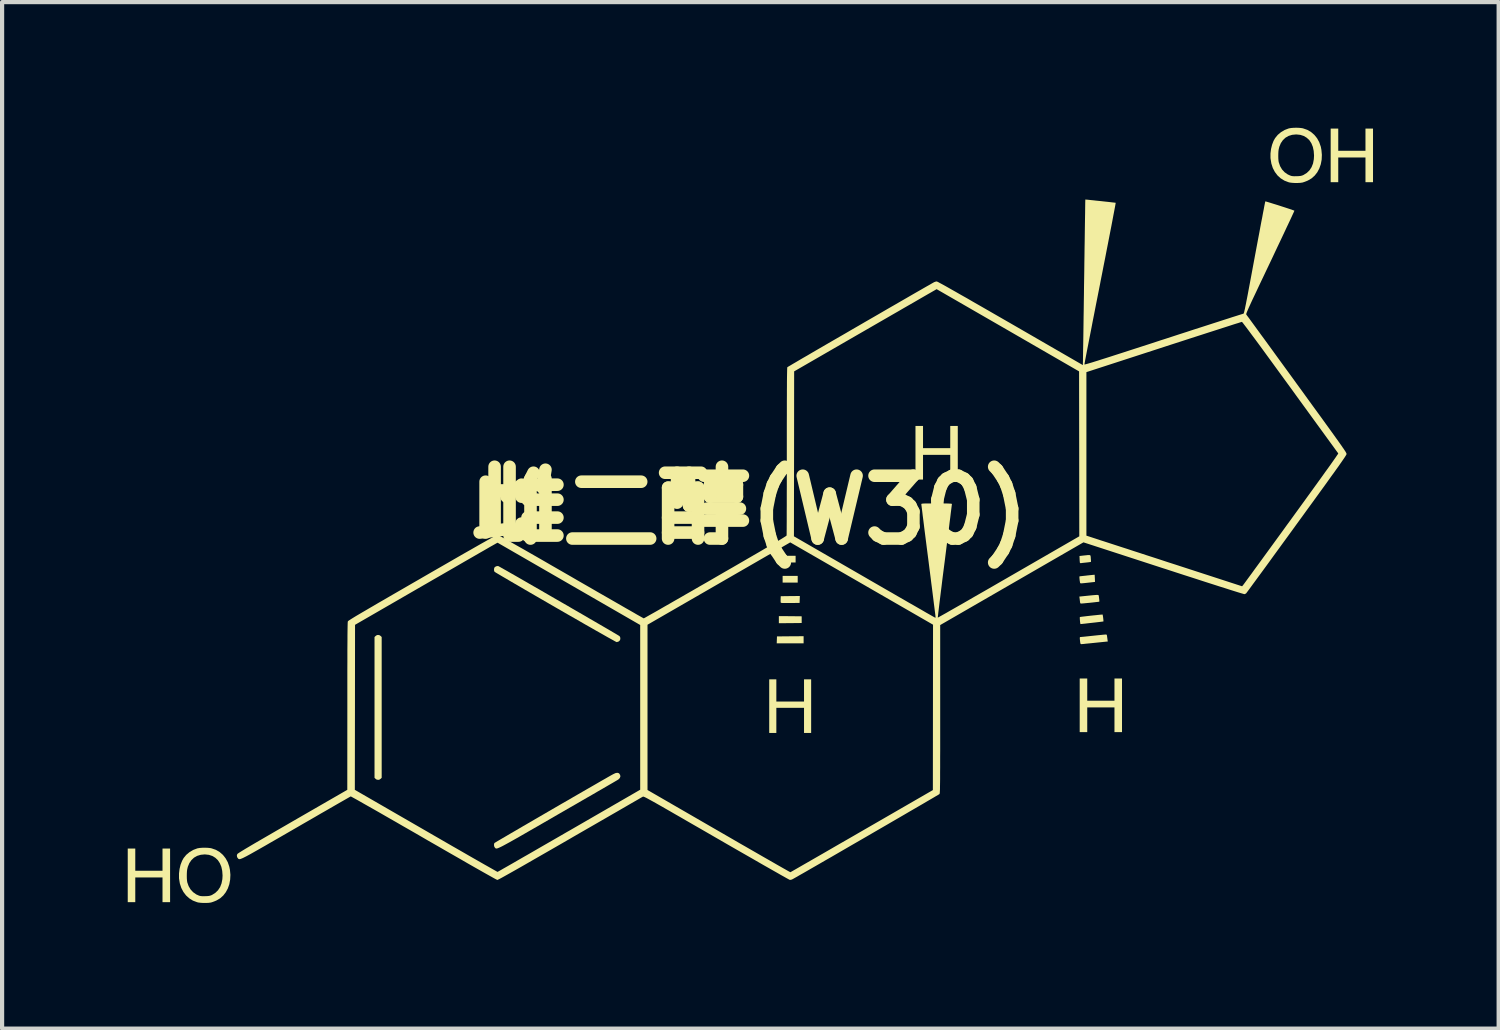
<source format=kicad_pcb>
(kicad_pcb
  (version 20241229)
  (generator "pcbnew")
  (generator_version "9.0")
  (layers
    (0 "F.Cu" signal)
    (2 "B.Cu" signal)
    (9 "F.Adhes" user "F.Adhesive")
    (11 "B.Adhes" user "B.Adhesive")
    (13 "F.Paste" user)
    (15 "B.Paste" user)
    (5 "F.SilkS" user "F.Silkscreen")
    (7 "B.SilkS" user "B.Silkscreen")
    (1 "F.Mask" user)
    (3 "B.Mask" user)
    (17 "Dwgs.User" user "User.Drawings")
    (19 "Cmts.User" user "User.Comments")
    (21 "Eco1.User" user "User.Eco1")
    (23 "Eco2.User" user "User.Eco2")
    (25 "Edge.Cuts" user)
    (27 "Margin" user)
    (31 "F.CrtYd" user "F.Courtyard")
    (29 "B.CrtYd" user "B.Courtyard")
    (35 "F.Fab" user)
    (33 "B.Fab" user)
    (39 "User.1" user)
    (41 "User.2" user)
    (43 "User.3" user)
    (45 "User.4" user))
  (footprint "雌二醇(W30)"
    (layer "F.Cu")
    (at 14.866 9.13)
    (property "Reference" "雌二醇(W30)" (at 0 0 0) (layer "F.SilkS") (effects (font (size 1.5 1.5) (thickness 0.3))))
    (attr board_only exclude_from_pos_files exclude_from_bom)
    (fp_poly (pts (xy 0.953 2.532) (xy 1.225 2.535) (xy 1.225 2.615) (xy 1.225 2.695) (xy 0.953 2.698) (xy 0.68 2.7) (xy 0.68 2.615) (xy 0.68 2.53)) (stroke (width 0) (type solid)) (fill yes) (layer "F.SilkS"))
    (fp_poly (pts (xy 1.08 1.17) (xy 1.08 1.25) (xy 0.95 1.25) (xy 0.82 1.25) (xy 0.82 1.17) (xy 0.82 1.09) (xy 0.95 1.09) (xy 1.08 1.09)) (stroke (width 0) (type solid)) (fill yes) (layer "F.SilkS"))
    (fp_poly (pts (xy 1.13 1.65) (xy 1.13 1.73) (xy 0.95 1.73) (xy 0.77 1.73) (xy 0.77 1.65) (xy 0.77 1.57) (xy 0.95 1.57) (xy 1.13 1.57)) (stroke (width 0) (type solid)) (fill yes) (layer "F.SilkS"))
    (fp_poly (pts (xy 1.271 3.095) (xy 1.271 3.18) (xy 0.95 3.18) (xy 0.629 3.18) (xy 0.632 3.098) (xy 0.635 3.015) (xy 0.953 3.012) (xy 1.271 3.01)) (stroke (width 0) (type solid)) (fill yes) (layer "F.SilkS"))
    (fp_poly (pts (xy -8.85 2.988) (xy -8.828 3.005) (xy -8.803 3.029) (xy -8.803 4.71) (xy -8.803 6.391) (xy -8.828 6.415) (xy -8.86 6.436) (xy -8.888 6.44) (xy -8.927 6.432) (xy -8.949 6.415) (xy -8.974 6.391) (xy -8.974 4.71) (xy -8.974 3.029) (xy -8.949 3.005) (xy -8.917 2.984) (xy -8.888 2.98)) (stroke (width 0) (type solid)) (fill yes) (layer "F.SilkS"))
    (fp_poly (pts (xy 1.178 2.132) (xy 1.175 2.215) (xy 0.953 2.218) (xy 0.878 2.218) (xy 0.821 2.218) (xy 0.78 2.218) (xy 0.751 2.216) (xy 0.734 2.213) (xy 0.726 2.209) (xy 0.725 2.207) (xy 0.722 2.19) (xy 0.722 2.16) (xy 0.722 2.124) (xy 0.725 2.055) (xy 0.953 2.052) (xy 1.181 2.05)) (stroke (width 0) (type solid)) (fill yes) (layer "F.SilkS"))
    (fp_poly (pts (xy -14.686 8.345) (xy -14.686 8.61) (xy -14.361 8.61) (xy -14.036 8.61) (xy -14.036 8.345) (xy -14.036 8.08) (xy -13.945 8.08) (xy -13.855 8.08) (xy -13.855 8.72) (xy -13.855 9.36) (xy -13.945 9.36) (xy -14.036 9.36) (xy -14.036 9.065) (xy -14.036 8.77) (xy -14.361 8.77) (xy -14.686 8.77) (xy -14.686 9.065) (xy -14.686 9.36) (xy -14.776 9.36) (xy -14.866 9.36) (xy -14.866 8.72) (xy -14.866 8.08) (xy -14.776 8.08) (xy -14.686 8.08)) (stroke (width 0) (type solid)) (fill yes) (layer "F.SilkS"))
    (fp_poly (pts (xy 0.62 4.305) (xy 0.62 4.57) (xy 0.95 4.57) (xy 1.281 4.57) (xy 1.281 4.305) (xy 1.281 4.04) (xy 1.366 4.04) (xy 1.451 4.04) (xy 1.451 4.68) (xy 1.451 5.32) (xy 1.366 5.32) (xy 1.281 5.32) (xy 1.281 5.02) (xy 1.281 4.72) (xy 0.95 4.72) (xy 0.62 4.72) (xy 0.62 5.02) (xy 0.62 5.32) (xy 0.535 5.32) (xy 0.45 5.32) (xy 0.45 4.68) (xy 0.45 4.04) (xy 0.535 4.04) (xy 0.62 4.04)) (stroke (width 0) (type solid)) (fill yes) (layer "F.SilkS"))
    (fp_poly (pts (xy 4.122 -1.745) (xy 4.122 -1.48) (xy 4.447 -1.48) (xy 4.772 -1.48) (xy 4.772 -1.745) (xy 4.772 -2.01) (xy 4.862 -2.01) (xy 4.952 -2.01) (xy 4.952 -1.37) (xy 4.952 -0.73) (xy 4.862 -0.73) (xy 4.772 -0.73) (xy 4.772 -1.025) (xy 4.772 -1.32) (xy 4.447 -1.32) (xy 4.122 -1.32) (xy 4.122 -1.025) (xy 4.122 -0.73) (xy 4.032 -0.73) (xy 3.942 -0.73) (xy 3.942 -1.37) (xy 3.942 -2.01) (xy 4.032 -2.01) (xy 4.122 -2.01)) (stroke (width 0) (type solid)) (fill yes) (layer "F.SilkS"))
    (fp_poly (pts (xy 8.043 4.285) (xy 8.043 4.55) (xy 8.368 4.55) (xy 8.693 4.55) (xy 8.693 4.285) (xy 8.693 4.02) (xy 8.783 4.02) (xy 8.873 4.02) (xy 8.873 4.66) (xy 8.873 5.3) (xy 8.783 5.3) (xy 8.693 5.3) (xy 8.693 5.005) (xy 8.693 4.71) (xy 8.368 4.71) (xy 8.043 4.71) (xy 8.043 5.005) (xy 8.043 5.3) (xy 7.953 5.3) (xy 7.863 5.3) (xy 7.863 4.66) (xy 7.863 4.02) (xy 7.953 4.02) (xy 8.043 4.02)) (stroke (width 0) (type solid)) (fill yes) (layer "F.SilkS"))
    (fp_poly (pts (xy 14.036 -8.845) (xy 14.036 -8.58) (xy 14.361 -8.58) (xy 14.686 -8.58) (xy 14.686 -8.845) (xy 14.686 -9.11) (xy 14.776 -9.11) (xy 14.866 -9.11) (xy 14.866 -8.47) (xy 14.866 -7.83) (xy 14.776 -7.83) (xy 14.686 -7.83) (xy 14.686 -8.125) (xy 14.686 -8.42) (xy 14.361 -8.42) (xy 14.036 -8.42) (xy 14.036 -8.125) (xy 14.036 -7.83) (xy 13.945 -7.83) (xy 13.855 -7.83) (xy 13.855 -8.47) (xy 13.855 -9.11) (xy 13.945 -9.11) (xy 14.036 -9.11)) (stroke (width 0) (type solid)) (fill yes) (layer "F.SilkS"))
    (fp_poly (pts (xy 8.111 1.076) (xy 8.12 1.087) (xy 8.124 1.104) (xy 8.127 1.131) (xy 8.128 1.151) (xy 8.131 1.188) (xy 8.132 1.218) (xy 8.132 1.234) (xy 8.131 1.235) (xy 8.12 1.238) (xy 8.094 1.242) (xy 8.056 1.247) (xy 8.028 1.25) (xy 7.982 1.255) (xy 7.941 1.259) (xy 7.91 1.263) (xy 7.9 1.265) (xy 7.877 1.265) (xy 7.868 1.257) (xy 7.866 1.242) (xy 7.863 1.212) (xy 7.861 1.175) (xy 7.861 1.17) (xy 7.858 1.095) (xy 7.963 1.083) (xy 8.023 1.077) (xy 8.065 1.072) (xy 8.093 1.072)) (stroke (width 0) (type solid)) (fill yes) (layer "F.SilkS"))
    (fp_poly (pts (xy 8.221 1.553) (xy 8.222 1.579) (xy 8.224 1.615) (xy 8.225 1.63) (xy 8.228 1.714) (xy 8.068 1.732) (xy 8.002 1.739) (xy 7.952 1.744) (xy 7.918 1.747) (xy 7.895 1.748) (xy 7.881 1.746) (xy 7.875 1.741) (xy 7.872 1.734) (xy 7.87 1.725) (xy 7.87 1.722) (xy 7.863 1.682) (xy 7.859 1.643) (xy 7.856 1.61) (xy 7.857 1.587) (xy 7.86 1.58) (xy 7.872 1.579) (xy 7.901 1.576) (xy 7.943 1.571) (xy 7.994 1.566) (xy 8.043 1.56) (xy 8.099 1.554) (xy 8.149 1.549) (xy 8.187 1.545) (xy 8.212 1.543) (xy 8.219 1.543)) (stroke (width 0) (type solid)) (fill yes) (layer "F.SilkS"))
    (fp_poly (pts (xy 8.306 2.026) (xy 8.313 2.03) (xy 8.313 2.03) (xy 8.317 2.044) (xy 8.322 2.07) (xy 8.326 2.104) (xy 8.33 2.138) (xy 8.332 2.166) (xy 8.332 2.183) (xy 8.331 2.185) (xy 8.321 2.187) (xy 8.294 2.191) (xy 8.254 2.195) (xy 8.205 2.201) (xy 8.15 2.207) (xy 8.093 2.213) (xy 8.038 2.218) (xy 7.987 2.223) (xy 7.945 2.227) (xy 7.915 2.229) (xy 7.901 2.23) (xy 7.886 2.229) (xy 7.877 2.221) (xy 7.872 2.203) (xy 7.868 2.172) (xy 7.864 2.136) (xy 7.86 2.104) (xy 7.858 2.089) (xy 7.854 2.064) (xy 8.08 2.041) (xy 8.157 2.033) (xy 8.216 2.028) (xy 8.259 2.025) (xy 8.288 2.025)) (stroke (width 0) (type solid)) (fill yes) (layer "F.SilkS"))
    (fp_poly (pts (xy 8.5 2.971) (xy 8.509 2.978) (xy 8.514 2.996) (xy 8.518 3.027) (xy 8.523 3.064) (xy 8.527 3.096) (xy 8.529 3.11) (xy 8.534 3.136) (xy 8.221 3.168) (xy 8.144 3.176) (xy 8.073 3.183) (xy 8.01 3.189) (xy 7.959 3.195) (xy 7.921 3.198) (xy 7.9 3.2) (xy 7.896 3.2) (xy 7.884 3.192) (xy 7.88 3.183) (xy 7.876 3.164) (xy 7.872 3.132) (xy 7.868 3.098) (xy 7.865 3.061) (xy 7.866 3.04) (xy 7.871 3.031) (xy 7.876 3.03) (xy 7.889 3.029) (xy 7.92 3.026) (xy 7.965 3.022) (xy 8.022 3.016) (xy 8.088 3.009) (xy 8.161 3.001) (xy 8.173 3) (xy 8.248 2.992) (xy 8.317 2.985) (xy 8.378 2.979) (xy 8.427 2.974) (xy 8.464 2.971) (xy 8.483 2.97) (xy 8.484 2.97)) (stroke (width 0) (type solid)) (fill yes) (layer "F.SilkS"))
    (fp_poly (pts (xy 8.41 2.493) (xy 8.413 2.505) (xy 8.417 2.53) (xy 8.422 2.563) (xy 8.426 2.598) (xy 8.429 2.629) (xy 8.43 2.651) (xy 8.429 2.658) (xy 8.419 2.659) (xy 8.392 2.663) (xy 8.351 2.668) (xy 8.3 2.674) (xy 8.242 2.681) (xy 8.179 2.688) (xy 8.115 2.695) (xy 8.053 2.702) (xy 7.996 2.709) (xy 7.947 2.714) (xy 7.909 2.718) (xy 7.886 2.72) (xy 7.882 2.72) (xy 7.878 2.711) (xy 7.874 2.686) (xy 7.87 2.651) (xy 7.869 2.639) (xy 7.866 2.601) (xy 7.865 2.571) (xy 7.866 2.554) (xy 7.867 2.553) (xy 7.878 2.55) (xy 7.905 2.546) (xy 7.947 2.541) (xy 7.998 2.535) (xy 8.057 2.528) (xy 8.119 2.521) (xy 8.183 2.514) (xy 8.245 2.508) (xy 8.301 2.502) (xy 8.349 2.497) (xy 8.385 2.494) (xy 8.406 2.493)) (stroke (width 0) (type solid)) (fill yes) (layer "F.SilkS"))
    (fp_poly (pts (xy -6.019 1.336) (xy -6.007 1.342) (xy -5.979 1.357) (xy -5.936 1.382) (xy -5.879 1.414) (xy -5.809 1.453) (xy -5.728 1.5) (xy -5.636 1.552) (xy -5.535 1.61) (xy -5.425 1.673) (xy -5.308 1.741) (xy -5.185 1.812) (xy -5.056 1.885) (xy -4.924 1.962) (xy -4.789 2.04) (xy -4.652 2.119) (xy -4.515 2.198) (xy -4.377 2.277) (xy -4.242 2.356) (xy -4.109 2.433) (xy -3.98 2.507) (xy -3.856 2.58) (xy -3.738 2.648) (xy -3.626 2.713) (xy -3.523 2.773) (xy -3.43 2.827) (xy -3.346 2.876) (xy -3.275 2.918) (xy -3.215 2.953) (xy -3.17 2.98) (xy -3.139 2.999) (xy -3.124 3.008) (xy -3.123 3.009) (xy -3.106 3.044) (xy -3.105 3.081) (xy -3.119 3.113) (xy -3.146 3.137) (xy -3.184 3.149) (xy -3.194 3.15) (xy -3.205 3.145) (xy -3.233 3.131) (xy -3.275 3.107) (xy -3.333 3.075) (xy -3.404 3.036) (xy -3.488 2.988) (xy -3.583 2.934) (xy -3.69 2.874) (xy -3.806 2.807) (xy -3.932 2.736) (xy -4.065 2.659) (xy -4.206 2.578) (xy -4.353 2.494) (xy -4.506 2.406) (xy -4.657 2.319) (xy -4.814 2.228) (xy -4.966 2.14) (xy -5.113 2.055) (xy -5.253 1.974) (xy -5.386 1.897) (xy -5.51 1.824) (xy -5.626 1.757) (xy -5.731 1.696) (xy -5.825 1.64) (xy -5.908 1.592) (xy -5.977 1.551) (xy -6.033 1.518) (xy -6.075 1.493) (xy -6.1 1.477) (xy -6.109 1.471) (xy -6.119 1.446) (xy -6.121 1.412) (xy -6.115 1.381) (xy -6.109 1.368) (xy -6.084 1.348) (xy -6.052 1.336) (xy -6.021 1.335)) (stroke (width 0) (type solid)) (fill yes) (layer "F.SilkS"))
    (fp_poly (pts (xy -3.145 6.279) (xy -3.131 6.29) (xy -3.109 6.324) (xy -3.104 6.362) (xy -3.119 6.398) (xy -3.151 6.43) (xy -3.151 6.431) (xy -3.163 6.438) (xy -3.19 6.454) (xy -3.233 6.479) (xy -3.291 6.513) (xy -3.362 6.554) (xy -3.446 6.603) (xy -3.542 6.659) (xy -3.649 6.72) (xy -3.765 6.788) (xy -3.891 6.86) (xy -4.024 6.937) (xy -4.165 7.019) (xy -4.312 7.103) (xy -4.464 7.191) (xy -4.591 7.264) (xy -4.777 7.372) (xy -4.947 7.47) (xy -5.101 7.559) (xy -5.241 7.639) (xy -5.366 7.711) (xy -5.477 7.775) (xy -5.577 7.832) (xy -5.664 7.881) (xy -5.74 7.924) (xy -5.806 7.96) (xy -5.863 7.991) (xy -5.911 8.017) (xy -5.951 8.037) (xy -5.985 8.053) (xy -6.012 8.065) (xy -6.033 8.073) (xy -6.05 8.078) (xy -6.063 8.079) (xy -6.073 8.079) (xy -6.081 8.076) (xy -6.087 8.072) (xy -6.092 8.066) (xy -6.098 8.06) (xy -6.101 8.057) (xy -6.117 8.028) (xy -6.122 7.992) (xy -6.116 7.959) (xy -6.11 7.947) (xy -6.1 7.941) (xy -6.075 7.926) (xy -6.034 7.901) (xy -5.979 7.869) (xy -5.911 7.829) (xy -5.832 7.783) (xy -5.742 7.73) (xy -5.642 7.672) (xy -5.534 7.609) (xy -5.418 7.541) (xy -5.297 7.471) (xy -5.17 7.397) (xy -5.039 7.321) (xy -4.905 7.243) (xy -4.769 7.164) (xy -4.633 7.085) (xy -4.497 7.006) (xy -4.362 6.929) (xy -4.23 6.852) (xy -4.102 6.778) (xy -3.979 6.707) (xy -3.861 6.639) (xy -3.751 6.576) (xy -3.649 6.517) (xy -3.556 6.463) (xy -3.473 6.416) (xy -3.402 6.375) (xy -3.344 6.342) (xy -3.299 6.317) (xy -3.275 6.304) (xy -3.222 6.279) (xy -3.179 6.271)) (stroke (width 0) (type solid)) (fill yes) (layer "F.SilkS"))
    (fp_poly (pts (xy -12.946 8.063) (xy -12.887 8.07) (xy -12.862 8.076) (xy -12.761 8.111) (xy -12.672 8.163) (xy -12.594 8.231) (xy -12.53 8.312) (xy -12.478 8.406) (xy -12.442 8.511) (xy -12.426 8.587) (xy -12.415 8.707) (xy -12.421 8.823) (xy -12.441 8.932) (xy -12.476 9.032) (xy -12.525 9.123) (xy -12.586 9.202) (xy -12.66 9.268) (xy -12.745 9.318) (xy -12.746 9.319) (xy -12.791 9.338) (xy -12.836 9.355) (xy -12.874 9.367) (xy -12.883 9.369) (xy -12.934 9.376) (xy -12.995 9.379) (xy -13.062 9.379) (xy -13.126 9.375) (xy -13.182 9.368) (xy -13.21 9.361) (xy -13.31 9.323) (xy -13.398 9.268) (xy -13.474 9.199) (xy -13.537 9.116) (xy -13.587 9.021) (xy -13.622 8.915) (xy -13.641 8.799) (xy -13.642 8.78) (xy -13.642 8.733) (xy -13.456 8.733) (xy -13.455 8.793) (xy -13.451 8.845) (xy -13.445 8.884) (xy -13.445 8.885) (xy -13.413 8.976) (xy -13.366 9.056) (xy -13.305 9.122) (xy -13.232 9.174) (xy -13.172 9.201) (xy -13.142 9.211) (xy -13.11 9.216) (xy -13.07 9.218) (xy -13.017 9.217) (xy -13.015 9.217) (xy -12.964 9.215) (xy -12.926 9.211) (xy -12.897 9.204) (xy -12.868 9.194) (xy -12.853 9.187) (xy -12.775 9.138) (xy -12.711 9.076) (xy -12.661 9.001) (xy -12.627 8.913) (xy -12.607 8.812) (xy -12.602 8.725) (xy -12.61 8.614) (xy -12.631 8.516) (xy -12.667 8.43) (xy -12.715 8.357) (xy -12.775 8.3) (xy -12.847 8.257) (xy -12.929 8.23) (xy -13.022 8.22) (xy -13.03 8.22) (xy -13.124 8.229) (xy -13.209 8.255) (xy -13.283 8.297) (xy -13.345 8.355) (xy -13.395 8.428) (xy -13.431 8.514) (xy -13.446 8.575) (xy -13.452 8.618) (xy -13.455 8.673) (xy -13.456 8.733) (xy -13.642 8.733) (xy -13.642 8.674) (xy -13.629 8.568) (xy -13.605 8.466) (xy -13.569 8.374) (xy -13.532 8.307) (xy -13.469 8.23) (xy -13.391 8.165) (xy -13.303 8.113) (xy -13.208 8.077) (xy -13.201 8.075) (xy -13.149 8.066) (xy -13.084 8.061) (xy -13.015 8.06)) (stroke (width 0) (type solid)) (fill yes) (layer "F.SilkS"))
    (fp_poly (pts (xy 13.114 -9.127) (xy 13.173 -9.12) (xy 13.199 -9.114) (xy 13.299 -9.079) (xy 13.388 -9.027) (xy 13.466 -8.959) (xy 13.531 -8.878) (xy 13.582 -8.784) (xy 13.619 -8.679) (xy 13.634 -8.603) (xy 13.645 -8.483) (xy 13.64 -8.367) (xy 13.619 -8.258) (xy 13.584 -8.158) (xy 13.536 -8.067) (xy 13.474 -7.988) (xy 13.4 -7.922) (xy 13.315 -7.872) (xy 13.314 -7.871) (xy 13.269 -7.852) (xy 13.224 -7.835) (xy 13.186 -7.823) (xy 13.177 -7.821) (xy 13.127 -7.814) (xy 13.065 -7.811) (xy 12.998 -7.811) (xy 12.934 -7.815) (xy 12.879 -7.822) (xy 12.85 -7.829) (xy 12.751 -7.867) (xy 12.662 -7.922) (xy 12.586 -7.991) (xy 12.523 -8.074) (xy 12.473 -8.169) (xy 12.439 -8.275) (xy 12.42 -8.391) (xy 12.418 -8.41) (xy 12.418 -8.457) (xy 12.604 -8.457) (xy 12.605 -8.397) (xy 12.609 -8.345) (xy 12.615 -8.306) (xy 12.616 -8.305) (xy 12.647 -8.214) (xy 12.694 -8.134) (xy 12.755 -8.068) (xy 12.829 -8.016) (xy 12.888 -7.989) (xy 12.918 -7.979) (xy 12.95 -7.974) (xy 12.99 -7.972) (xy 13.043 -7.973) (xy 13.045 -7.973) (xy 13.096 -7.975) (xy 13.134 -7.979) (xy 13.164 -7.986) (xy 13.192 -7.996) (xy 13.207 -8.003) (xy 13.286 -8.052) (xy 13.35 -8.114) (xy 13.399 -8.189) (xy 13.434 -8.277) (xy 13.453 -8.378) (xy 13.458 -8.465) (xy 13.45 -8.576) (xy 13.429 -8.674) (xy 13.394 -8.76) (xy 13.346 -8.833) (xy 13.285 -8.89) (xy 13.214 -8.933) (xy 13.131 -8.96) (xy 13.038 -8.97) (xy 13.03 -8.97) (xy 12.936 -8.961) (xy 12.851 -8.935) (xy 12.777 -8.893) (xy 12.715 -8.835) (xy 12.665 -8.762) (xy 12.629 -8.676) (xy 12.614 -8.615) (xy 12.608 -8.572) (xy 12.605 -8.517) (xy 12.604 -8.457) (xy 12.418 -8.457) (xy 12.418 -8.516) (xy 12.431 -8.622) (xy 12.456 -8.724) (xy 12.491 -8.816) (xy 12.529 -8.883) (xy 12.592 -8.96) (xy 12.669 -9.025) (xy 12.757 -9.077) (xy 12.852 -9.113) (xy 12.86 -9.115) (xy 12.912 -9.124) (xy 12.976 -9.129) (xy 13.046 -9.13)) (stroke (width 0) (type solid)) (fill yes) (layer "F.SilkS"))
    (fp_poly (pts (xy 8.007 -7.415) (xy 8.034 -7.413) (xy 8.076 -7.409) (xy 8.129 -7.403) (xy 8.192 -7.397) (xy 8.261 -7.389) (xy 8.333 -7.382) (xy 8.407 -7.374) (xy 8.479 -7.366) (xy 8.546 -7.359) (xy 8.606 -7.352) (xy 8.656 -7.346) (xy 8.694 -7.342) (xy 8.717 -7.339) (xy 8.722 -7.338) (xy 8.721 -7.328) (xy 8.716 -7.3) (xy 8.708 -7.253) (xy 8.696 -7.19) (xy 8.681 -7.111) (xy 8.663 -7.017) (xy 8.643 -6.909) (xy 8.62 -6.788) (xy 8.594 -6.655) (xy 8.566 -6.511) (xy 8.536 -6.356) (xy 8.504 -6.193) (xy 8.471 -6.021) (xy 8.435 -5.841) (xy 8.399 -5.655) (xy 8.361 -5.464) (xy 8.352 -5.415) (xy 8.314 -5.222) (xy 8.277 -5.035) (xy 8.241 -4.853) (xy 8.207 -4.678) (xy 8.174 -4.512) (xy 8.144 -4.354) (xy 8.115 -4.207) (xy 8.088 -4.07) (xy 8.064 -3.945) (xy 8.042 -3.833) (xy 8.023 -3.734) (xy 8.007 -3.65) (xy 7.994 -3.582) (xy 7.985 -3.53) (xy 7.978 -3.496) (xy 7.976 -3.48) (xy 7.976 -3.479) (xy 7.979 -3.478) (xy 7.989 -3.479) (xy 8.006 -3.483) (xy 8.031 -3.49) (xy 8.064 -3.499) (xy 8.107 -3.512) (xy 8.159 -3.527) (xy 8.222 -3.547) (xy 8.297 -3.57) (xy 8.383 -3.598) (xy 8.482 -3.629) (xy 8.595 -3.665) (xy 8.721 -3.706) (xy 8.862 -3.751) (xy 9.019 -3.802) (xy 9.192 -3.858) (xy 9.381 -3.919) (xy 9.588 -3.986) (xy 9.813 -4.06) (xy 9.864 -4.076) (xy 10.052 -4.137) (xy 10.235 -4.197) (xy 10.413 -4.254) (xy 10.583 -4.31) (xy 10.746 -4.362) (xy 10.901 -4.412) (xy 11.046 -4.459) (xy 11.18 -4.502) (xy 11.303 -4.542) (xy 11.413 -4.577) (xy 11.511 -4.609) (xy 11.594 -4.635) (xy 11.663 -4.657) (xy 11.715 -4.673) (xy 11.75 -4.684) (xy 11.768 -4.689) (xy 11.77 -4.69) (xy 11.773 -4.691) (xy 11.776 -4.694) (xy 11.78 -4.701) (xy 11.784 -4.712) (xy 11.789 -4.728) (xy 11.794 -4.75) (xy 11.801 -4.78) (xy 11.81 -4.818) (xy 11.819 -4.865) (xy 11.831 -4.922) (xy 11.844 -4.991) (xy 11.86 -5.071) (xy 11.878 -5.164) (xy 11.898 -5.272) (xy 11.921 -5.394) (xy 11.947 -5.532) (xy 11.976 -5.688) (xy 12.008 -5.861) (xy 12.039 -6.027) (xy 12.069 -6.188) (xy 12.098 -6.343) (xy 12.126 -6.492) (xy 12.153 -6.633) (xy 12.177 -6.765) (xy 12.2 -6.887) (xy 12.222 -6.998) (xy 12.24 -7.097) (xy 12.257 -7.183) (xy 12.27 -7.254) (xy 12.281 -7.309) (xy 12.289 -7.348) (xy 12.293 -7.368) (xy 12.294 -7.371) (xy 12.304 -7.37) (xy 12.331 -7.363) (xy 12.371 -7.351) (xy 12.423 -7.335) (xy 12.483 -7.316) (xy 12.549 -7.296) (xy 12.619 -7.274) (xy 12.689 -7.251) (xy 12.758 -7.229) (xy 12.822 -7.208) (xy 12.88 -7.189) (xy 12.928 -7.173) (xy 12.963 -7.16) (xy 12.984 -7.152) (xy 12.989 -7.15) (xy 12.985 -7.14) (xy 12.974 -7.114) (xy 12.954 -7.071) (xy 12.928 -7.014) (xy 12.895 -6.943) (xy 12.855 -6.858) (xy 12.81 -6.763) (xy 12.76 -6.656) (xy 12.705 -6.539) (xy 12.646 -6.414) (xy 12.583 -6.282) (xy 12.517 -6.142) (xy 12.449 -5.997) (xy 12.41 -5.915) (xy 12.327 -5.741) (xy 12.253 -5.585) (xy 12.186 -5.445) (xy 12.127 -5.32) (xy 12.075 -5.209) (xy 12.029 -5.112) (xy 11.989 -5.028) (xy 11.955 -4.955) (xy 11.927 -4.893) (xy 11.903 -4.841) (xy 11.884 -4.798) (xy 11.869 -4.763) (xy 11.857 -4.735) (xy 11.849 -4.714) (xy 11.843 -4.698) (xy 11.84 -4.686) (xy 11.839 -4.678) (xy 11.84 -4.672) (xy 11.842 -4.668) (xy 11.844 -4.665) (xy 11.851 -4.655) (xy 11.87 -4.63) (xy 11.9 -4.59) (xy 11.939 -4.536) (xy 11.988 -4.469) (xy 12.046 -4.39) (xy 12.112 -4.299) (xy 12.186 -4.197) (xy 12.268 -4.086) (xy 12.356 -3.965) (xy 12.45 -3.836) (xy 12.549 -3.699) (xy 12.654 -3.555) (xy 12.763 -3.405) (xy 12.876 -3.25) (xy 12.992 -3.09) (xy 13.049 -3.011) (xy 13.189 -2.819) (xy 13.316 -2.643) (xy 13.433 -2.482) (xy 13.54 -2.335) (xy 13.637 -2.202) (xy 13.724 -2.081) (xy 13.803 -1.972) (xy 13.873 -1.875) (xy 13.935 -1.789) (xy 13.989 -1.713) (xy 14.037 -1.646) (xy 14.078 -1.588) (xy 14.113 -1.539) (xy 14.142 -1.496) (xy 14.167 -1.461) (xy 14.186 -1.431) (xy 14.202 -1.408) (xy 14.214 -1.388) (xy 14.222 -1.373) (xy 14.228 -1.362) (xy 14.231 -1.353) (xy 14.233 -1.346) (xy 14.234 -1.341) (xy 14.234 -1.339) (xy 14.232 -1.332) (xy 14.228 -1.323) (xy 14.22 -1.309) (xy 14.209 -1.291) (xy 14.194 -1.267) (xy 14.174 -1.237) (xy 14.149 -1.201) (xy 14.119 -1.157) (xy 14.083 -1.106) (xy 14.041 -1.045) (xy 13.991 -0.976) (xy 13.935 -0.897) (xy 13.87 -0.808) (xy 13.798 -0.707) (xy 13.717 -0.594) (xy 13.626 -0.469) (xy 13.527 -0.332) (xy 13.417 -0.18) (xy 13.296 -0.014) (xy 13.165 0.167) (xy 13.041 0.337) (xy 12.924 0.499) (xy 12.809 0.657) (xy 12.698 0.809) (xy 12.591 0.956) (xy 12.489 1.096) (xy 12.393 1.229) (xy 12.302 1.354) (xy 12.217 1.47) (xy 12.139 1.576) (xy 12.069 1.672) (xy 12.007 1.756) (xy 11.954 1.829) (xy 11.91 1.889) (xy 11.875 1.936) (xy 11.851 1.968) (xy 11.838 1.985) (xy 11.836 1.988) (xy 11.812 2.001) (xy 11.798 2.006) (xy 11.786 2.004) (xy 11.756 1.995) (xy 11.707 1.981) (xy 11.641 1.961) (xy 11.558 1.935) (xy 11.459 1.904) (xy 11.344 1.867) (xy 11.213 1.826) (xy 11.067 1.779) (xy 10.907 1.728) (xy 10.734 1.672) (xy 10.546 1.611) (xy 10.346 1.547) (xy 10.134 1.478) (xy 9.91 1.405) (xy 9.865 1.391) (xy 7.953 0.769) (xy 6.242 1.757) (xy 4.532 2.744) (xy 4.532 4.751) (xy 4.532 4.987) (xy 4.532 5.204) (xy 4.532 5.402) (xy 4.532 5.583) (xy 4.532 5.747) (xy 4.531 5.896) (xy 4.531 6.029) (xy 4.531 6.148) (xy 4.53 6.253) (xy 4.53 6.346) (xy 4.53 6.427) (xy 4.529 6.497) (xy 4.528 6.557) (xy 4.527 6.608) (xy 4.527 6.65) (xy 4.526 6.684) (xy 4.524 6.712) (xy 4.523 6.733) (xy 4.522 6.75) (xy 4.52 6.761) (xy 4.518 6.769) (xy 4.517 6.775) (xy 4.515 6.778) (xy 4.514 6.779) (xy 4.505 6.785) (xy 4.479 6.801) (xy 4.437 6.825) (xy 4.382 6.858) (xy 4.312 6.899) (xy 4.231 6.946) (xy 4.138 7.001) (xy 4.035 7.061) (xy 3.923 7.126) (xy 3.802 7.196) (xy 3.674 7.271) (xy 3.54 7.349) (xy 3.4 7.43) (xy 3.256 7.514) (xy 3.109 7.599) (xy 2.959 7.686) (xy 2.808 7.774) (xy 2.656 7.862) (xy 2.505 7.949) (xy 2.356 8.035) (xy 2.21 8.12) (xy 2.067 8.203) (xy 1.929 8.283) (xy 1.796 8.359) (xy 1.67 8.432) (xy 1.552 8.5) (xy 1.442 8.563) (xy 1.342 8.621) (xy 1.253 8.672) (xy 1.175 8.716) (xy 1.11 8.754) (xy 1.058 8.783) (xy 1.021 8.804) (xy 1 8.815) (xy 0.999 8.816) (xy 0.97 8.826) (xy 0.942 8.828) (xy 0.942 8.828) (xy 0.93 8.823) (xy 0.903 8.808) (xy 0.859 8.784) (xy 0.801 8.751) (xy 0.729 8.711) (xy 0.644 8.662) (xy 0.547 8.607) (xy 0.438 8.545) (xy 0.318 8.477) (xy 0.189 8.403) (xy 0.051 8.323) (xy -0.096 8.239) (xy -0.25 8.151) (xy -0.41 8.059) (xy -0.575 7.964) (xy -0.746 7.865) (xy -0.814 7.826) (xy -1.018 7.708) (xy -1.205 7.6) (xy -1.376 7.502) (xy -1.532 7.412) (xy -1.673 7.33) (xy -1.801 7.257) (xy -1.915 7.191) (xy -2.018 7.132) (xy -2.108 7.08) (xy -2.188 7.035) (xy -2.258 6.995) (xy -2.319 6.961) (xy -2.37 6.933) (xy -2.414 6.909) (xy -2.45 6.889) (xy -2.48 6.873) (xy -2.504 6.861) (xy -2.523 6.852) (xy -2.538 6.846) (xy -2.549 6.842) (xy -2.556 6.84) (xy -2.562 6.84) (xy -2.566 6.841) (xy -2.57 6.843) (xy -2.57 6.843) (xy -2.581 6.849) (xy -2.609 6.865) (xy -2.652 6.89) (xy -2.71 6.924) (xy -2.782 6.965) (xy -2.867 7.014) (xy -2.965 7.071) (xy -3.074 7.134) (xy -3.193 7.203) (xy -3.322 7.277) (xy -3.46 7.357) (xy -3.606 7.441) (xy -3.76 7.53) (xy -3.92 7.622) (xy -4.085 7.717) (xy -4.255 7.815) (xy -4.304 7.844) (xy -4.538 7.979) (xy -4.755 8.104) (xy -4.954 8.218) (xy -5.137 8.323) (xy -5.302 8.418) (xy -5.45 8.503) (xy -5.582 8.578) (xy -5.697 8.643) (xy -5.795 8.698) (xy -5.877 8.744) (xy -5.942 8.78) (xy -5.991 8.806) (xy -6.023 8.822) (xy -6.039 8.829) (xy -6.04 8.83) (xy -6.052 8.825) (xy -6.082 8.81) (xy -6.128 8.785) (xy -6.19 8.75) (xy -6.269 8.706) (xy -6.365 8.652) (xy -6.476 8.589) (xy -6.603 8.517) (xy -6.745 8.436) (xy -6.902 8.345) (xy -7.075 8.246) (xy -7.262 8.139) (xy -7.464 8.022) (xy -7.681 7.898) (xy -7.798 7.83) (xy -7.97 7.73) (xy -8.137 7.634) (xy -8.3 7.541) (xy -8.455 7.451) (xy -8.604 7.366) (xy -8.745 7.285) (xy -8.877 7.209) (xy -9 7.139) (xy -9.113 7.075) (xy -9.214 7.018) (xy -9.303 6.967) (xy -9.379 6.924) (xy -9.442 6.889) (xy -9.491 6.862) (xy -9.523 6.844) (xy -9.54 6.836) (xy -9.542 6.835) (xy -9.552 6.841) (xy -9.579 6.856) (xy -9.621 6.88) (xy -9.677 6.912) (xy -9.747 6.952) (xy -9.829 6.999) (xy -9.923 7.053) (xy -10.027 7.113) (xy -10.141 7.179) (xy -10.264 7.249) (xy -10.394 7.325) (xy -10.531 7.404) (xy -10.674 7.486) (xy -10.822 7.572) (xy -10.848 7.587) (xy -11.026 7.69) (xy -11.187 7.783) (xy -11.333 7.867) (xy -11.464 7.942) (xy -11.581 8.01) (xy -11.685 8.069) (xy -11.776 8.121) (xy -11.856 8.166) (xy -11.925 8.205) (xy -11.985 8.238) (xy -12.035 8.265) (xy -12.077 8.286) (xy -12.112 8.304) (xy -12.14 8.316) (xy -12.163 8.325) (xy -12.181 8.331) (xy -12.195 8.333) (xy -12.205 8.333) (xy -12.214 8.331) (xy -12.221 8.327) (xy -12.227 8.322) (xy -12.233 8.317) (xy -12.233 8.316) (xy -12.255 8.284) (xy -12.261 8.246) (xy -12.251 8.213) (xy -12.246 8.207) (xy -12.234 8.198) (xy -12.214 8.184) (xy -12.186 8.166) (xy -12.149 8.143) (xy -12.103 8.115) (xy -12.046 8.08) (xy -11.978 8.04) (xy -11.899 7.993) (xy -11.807 7.939) (xy -11.702 7.878) (xy -11.583 7.809) (xy -11.45 7.732) (xy -11.302 7.646) (xy -11.137 7.551) (xy -10.956 7.446) (xy -10.93 7.431) (xy -9.624 6.678) (xy -9.444 6.678) (xy -7.746 7.658) (xy -7.575 7.757) (xy -7.41 7.852) (xy -7.249 7.945) (xy -7.095 8.034) (xy -6.948 8.118) (xy -6.809 8.198) (xy -6.679 8.273) (xy -6.558 8.342) (xy -6.448 8.405) (xy -6.348 8.462) (xy -6.261 8.511) (xy -6.187 8.553) (xy -6.127 8.587) (xy -6.081 8.613) (xy -6.051 8.63) (xy -6.037 8.637) (xy -6.036 8.637) (xy -6.026 8.632) (xy -6 8.617) (xy -5.958 8.594) (xy -5.902 8.561) (xy -5.831 8.521) (xy -5.747 8.473) (xy -5.651 8.418) (xy -5.544 8.356) (xy -5.426 8.288) (xy -5.298 8.215) (xy -5.161 8.136) (xy -5.016 8.052) (xy -4.863 7.964) (xy -4.705 7.873) (xy -4.54 7.778) (xy -4.371 7.68) (xy -4.328 7.656) (xy -2.642 6.682) (xy -2.456 6.682) (xy -0.755 7.665) (xy -0.585 7.763) (xy -0.419 7.859) (xy -0.259 7.952) (xy -0.105 8.04) (xy 0.043 8.125) (xy 0.182 8.205) (xy 0.312 8.28) (xy 0.433 8.349) (xy 0.543 8.412) (xy 0.642 8.469) (xy 0.73 8.519) (xy 0.804 8.561) (xy 0.864 8.595) (xy 0.91 8.621) (xy 0.94 8.637) (xy 0.954 8.645) (xy 0.955 8.645) (xy 0.965 8.64) (xy 0.991 8.625) (xy 1.033 8.601) (xy 1.089 8.569) (xy 1.16 8.528) (xy 1.243 8.48) (xy 1.339 8.425) (xy 1.447 8.363) (xy 1.565 8.295) (xy 1.692 8.222) (xy 1.829 8.143) (xy 1.974 8.059) (xy 2.126 7.971) (xy 2.285 7.88) (xy 2.45 7.785) (xy 2.619 7.687) (xy 2.661 7.663) (xy 4.357 6.684) (xy 4.359 4.709) (xy 4.361 2.735) (xy 2.656 1.752) (xy 0.952 0.77) (xy -0.752 1.753) (xy -2.456 2.736) (xy -2.456 4.709) (xy -2.456 6.682) (xy -2.642 6.682) (xy -2.631 6.676) (xy -2.631 4.709) (xy -2.631 2.742) (xy -4.333 1.76) (xy -6.035 0.778) (xy -6.066 0.793) (xy -6.078 0.8) (xy -6.106 0.816) (xy -6.15 0.841) (xy -6.209 0.874) (xy -6.281 0.916) (xy -6.366 0.965) (xy -6.464 1.021) (xy -6.573 1.084) (xy -6.693 1.153) (xy -6.822 1.227) (xy -6.96 1.307) (xy -7.105 1.391) (xy -7.258 1.479) (xy -7.417 1.571) (xy -7.581 1.665) (xy -7.75 1.763) (xy -7.768 1.773) (xy -9.439 2.738) (xy -9.441 4.708) (xy -9.444 6.678) (xy -9.624 6.678) (xy -9.624 6.677) (xy -9.623 4.681) (xy -9.623 4.434) (xy -9.623 4.207) (xy -9.623 3.998) (xy -9.623 3.807) (xy -9.622 3.633) (xy -9.622 3.476) (xy -9.622 3.336) (xy -9.621 3.21) (xy -9.62 3.1) (xy -9.62 3.003) (xy -9.619 2.92) (xy -9.618 2.849) (xy -9.617 2.791) (xy -9.616 2.744) (xy -9.615 2.707) (xy -9.614 2.681) (xy -9.612 2.665) (xy -9.611 2.657) (xy -9.611 2.657) (xy -9.607 2.652) (xy -9.599 2.645) (xy -9.585 2.634) (xy -9.564 2.621) (xy -9.538 2.604) (xy -9.503 2.582) (xy -9.461 2.556) (xy -9.41 2.525) (xy -9.349 2.489) (xy -9.279 2.448) (xy -9.197 2.4) (xy -9.105 2.346) (xy -9 2.285) (xy -8.883 2.216) (xy -8.752 2.141) (xy -8.608 2.057) (xy -8.449 1.965) (xy -8.274 1.864) (xy -8.084 1.754) (xy -7.877 1.635) (xy -7.833 1.609) (xy -7.601 1.475) (xy -7.385 1.351) (xy -7.187 1.237) (xy -7.005 1.132) (xy -6.84 1.037) (xy -6.69 0.952) (xy -6.557 0.876) (xy -6.44 0.809) (xy -6.338 0.752) (xy -6.251 0.703) (xy -6.179 0.663) (xy -6.123 0.632) (xy -6.081 0.61) (xy -6.053 0.596) (xy -6.04 0.59) (xy -6.039 0.59) (xy -6.028 0.594) (xy -6.003 0.607) (xy -5.963 0.628) (xy -5.909 0.657) (xy -5.84 0.695) (xy -5.756 0.742) (xy -5.657 0.799) (xy -5.542 0.864) (xy -5.411 0.938) (xy -5.265 1.022) (xy -5.102 1.115) (xy -4.923 1.218) (xy -4.728 1.331) (xy -4.515 1.453) (xy -4.286 1.585) (xy -4.284 1.586) (xy -4.112 1.686) (xy -3.945 1.782) (xy -3.783 1.875) (xy -3.628 1.965) (xy -3.479 2.05) (xy -3.338 2.131) (xy -3.206 2.207) (xy -3.084 2.277) (xy -2.972 2.342) (xy -2.871 2.399) (xy -2.782 2.45) (xy -2.707 2.494) (xy -2.644 2.529) (xy -2.597 2.556) (xy -2.564 2.574) (xy -2.548 2.583) (xy -2.546 2.584) (xy -2.536 2.579) (xy -2.51 2.565) (xy -2.468 2.541) (xy -2.412 2.509) (xy -2.341 2.469) (xy -2.257 2.422) (xy -2.161 2.367) (xy -2.054 2.305) (xy -1.936 2.238) (xy -1.808 2.164) (xy -1.671 2.086) (xy -1.526 2.002) (xy -1.373 1.915) (xy -1.215 1.823) (xy -1.05 1.729) (xy -0.881 1.631) (xy -0.838 1.606) (xy -0.622 1.481) (xy -0.422 1.366) (xy -0.239 1.26) (xy -0.072 1.163) (xy 0.08 1.075) (xy 0.217 0.996) (xy 0.339 0.924) (xy 0.447 0.861) (xy 0.541 0.806) (xy 0.623 0.758) (xy 0.691 0.717) (xy 0.748 0.683) (xy 0.793 0.655) (xy 0.826 0.634) (xy 0.84 0.625) (xy 1.04 0.625) (xy 2.724 1.597) (xy 2.893 1.695) (xy 3.058 1.79) (xy 3.217 1.882) (xy 3.371 1.97) (xy 3.517 2.055) (xy 3.655 2.134) (xy 3.784 2.209) (xy 3.904 2.277) (xy 4.013 2.34) (xy 4.111 2.396) (xy 4.196 2.446) (xy 4.269 2.487) (xy 4.328 2.521) (xy 4.372 2.546) (xy 4.401 2.562) (xy 4.414 2.569) (xy 4.414 2.57) (xy 4.421 2.562) (xy 4.422 2.554) (xy 4.42 2.542) (xy 4.417 2.512) (xy 4.411 2.464) (xy 4.403 2.4) (xy 4.393 2.32) (xy 4.381 2.227) (xy 4.368 2.121) (xy 4.353 2.003) (xy 4.337 1.874) (xy 4.319 1.737) (xy 4.301 1.591) (xy 4.281 1.437) (xy 4.261 1.279) (xy 4.252 1.206) (xy 4.231 1.045) (xy 4.211 0.889) (xy 4.192 0.74) (xy 4.174 0.598) (xy 4.157 0.466) (xy 4.142 0.343) (xy 4.128 0.231) (xy 4.115 0.132) (xy 4.105 0.046) (xy 4.096 -0.026) (xy 4.089 -0.081) (xy 4.084 -0.119) (xy 4.082 -0.14) (xy 4.082 -0.143) (xy 4.083 -0.147) (xy 4.087 -0.151) (xy 4.097 -0.154) (xy 4.114 -0.156) (xy 4.14 -0.158) (xy 4.177 -0.159) (xy 4.228 -0.159) (xy 4.292 -0.16) (xy 4.374 -0.16) (xy 4.447 -0.16) (xy 4.546 -0.16) (xy 4.627 -0.159) (xy 4.691 -0.159) (xy 4.739 -0.157) (xy 4.774 -0.156) (xy 4.797 -0.153) (xy 4.809 -0.15) (xy 4.812 -0.147) (xy 4.811 -0.136) (xy 4.807 -0.106) (xy 4.801 -0.059) (xy 4.793 0.005) (xy 4.783 0.084) (xy 4.772 0.177) (xy 4.758 0.283) (xy 4.744 0.401) (xy 4.727 0.53) (xy 4.71 0.667) (xy 4.691 0.814) (xy 4.672 0.967) (xy 4.652 1.126) (xy 4.641 1.213) (xy 4.62 1.375) (xy 4.6 1.531) (xy 4.581 1.681) (xy 4.564 1.823) (xy 4.547 1.956) (xy 4.532 2.079) (xy 4.518 2.191) (xy 4.506 2.291) (xy 4.496 2.377) (xy 4.487 2.448) (xy 4.481 2.504) (xy 4.477 2.542) (xy 4.475 2.563) (xy 4.475 2.566) (xy 4.484 2.562) (xy 4.509 2.548) (xy 4.55 2.525) (xy 4.607 2.493) (xy 4.677 2.454) (xy 4.76 2.406) (xy 4.855 2.352) (xy 4.962 2.291) (xy 5.08 2.224) (xy 5.207 2.151) (xy 5.343 2.072) (xy 5.488 1.989) (xy 5.64 1.902) (xy 5.798 1.811) (xy 5.962 1.716) (xy 6.131 1.619) (xy 6.167 1.598) (xy 7.853 0.625) (xy 7.853 0.609) (xy 8.023 0.609) (xy 8.271 0.69) (xy 8.308 0.702) (xy 8.362 0.72) (xy 8.434 0.743) (xy 8.52 0.771) (xy 8.621 0.804) (xy 8.735 0.841) (xy 8.861 0.882) (xy 8.998 0.926) (xy 9.144 0.974) (xy 9.299 1.024) (xy 9.46 1.077) (xy 9.628 1.131) (xy 9.8 1.187) (xy 9.976 1.245) (xy 10.129 1.294) (xy 11.74 1.818) (xy 11.767 1.787) (xy 11.775 1.775) (xy 11.795 1.749) (xy 11.825 1.708) (xy 11.865 1.653) (xy 11.915 1.585) (xy 11.974 1.505) (xy 12.04 1.413) (xy 12.115 1.311) (xy 12.196 1.2) (xy 12.284 1.079) (xy 12.378 0.95) (xy 12.477 0.814) (xy 12.581 0.671) (xy 12.689 0.523) (xy 12.8 0.369) (xy 12.915 0.212) (xy 12.919 0.206) (xy 13.062 0.009) (xy 13.196 -0.176) (xy 13.321 -0.349) (xy 13.437 -0.509) (xy 13.543 -0.656) (xy 13.64 -0.79) (xy 13.726 -0.911) (xy 13.803 -1.017) (xy 13.869 -1.11) (xy 13.924 -1.188) (xy 13.969 -1.252) (xy 14.002 -1.301) (xy 14.025 -1.334) (xy 14.035 -1.351) (xy 14.036 -1.354) (xy 14.03 -1.363) (xy 14.012 -1.388) (xy 13.983 -1.427) (xy 13.945 -1.48) (xy 13.897 -1.546) (xy 13.84 -1.624) (xy 13.775 -1.713) (xy 13.702 -1.814) (xy 13.622 -1.924) (xy 13.535 -2.043) (xy 13.442 -2.171) (xy 13.344 -2.306) (xy 13.241 -2.448) (xy 13.133 -2.596) (xy 13.022 -2.749) (xy 12.908 -2.907) (xy 12.891 -2.93) (xy 12.734 -3.145) (xy 12.589 -3.344) (xy 12.456 -3.527) (xy 12.334 -3.694) (xy 12.224 -3.845) (xy 12.125 -3.98) (xy 12.037 -4.099) (xy 11.96 -4.202) (xy 11.895 -4.29) (xy 11.841 -4.362) (xy 11.798 -4.418) (xy 11.767 -4.459) (xy 11.746 -4.485) (xy 11.736 -4.495) (xy 11.736 -4.495) (xy 11.725 -4.492) (xy 11.695 -4.483) (xy 11.649 -4.468) (xy 11.586 -4.449) (xy 11.508 -4.424) (xy 11.416 -4.394) (xy 11.31 -4.36) (xy 11.192 -4.322) (xy 11.062 -4.28) (xy 10.921 -4.235) (xy 10.77 -4.186) (xy 10.611 -4.135) (xy 10.444 -4.081) (xy 10.269 -4.024) (xy 10.089 -3.966) (xy 9.904 -3.906) (xy 9.871 -3.895) (xy 8.023 -3.295) (xy 8.023 -1.343) (xy 8.023 0.609) (xy 7.853 0.609) (xy 7.851 -1.344) (xy 7.848 -3.313) (xy 6.148 -4.295) (xy 4.447 -5.276) (xy 4.277 -5.178) (xy 4.25 -5.163) (xy 4.207 -5.138) (xy 4.148 -5.104) (xy 4.075 -5.062) (xy 3.989 -5.012) (xy 3.891 -4.955) (xy 3.781 -4.892) (xy 3.661 -4.823) (xy 3.532 -4.748) (xy 3.394 -4.669) (xy 3.249 -4.585) (xy 3.098 -4.498) (xy 2.942 -4.408) (xy 2.781 -4.315) (xy 2.618 -4.221) (xy 2.576 -4.197) (xy 1.045 -3.313) (xy 1.043 -1.344) (xy 1.04 0.625) (xy 0.84 0.625) (xy 0.849 0.619) (xy 0.862 0.609) (xy 0.864 0.606) (xy 0.865 0.594) (xy 0.866 0.563) (xy 0.866 0.514) (xy 0.867 0.448) (xy 0.867 0.366) (xy 0.868 0.268) (xy 0.868 0.156) (xy 0.868 0.031) (xy 0.869 -0.106) (xy 0.869 -0.255) (xy 0.869 -0.414) (xy 0.87 -0.582) (xy 0.87 -0.759) (xy 0.87 -0.944) (xy 0.87 -1.134) (xy 0.87 -1.331) (xy 0.87 -1.406) (xy 0.87 -1.649) (xy 0.87 -1.874) (xy 0.87 -2.08) (xy 0.871 -2.268) (xy 0.871 -2.438) (xy 0.871 -2.592) (xy 0.872 -2.731) (xy 0.872 -2.854) (xy 0.873 -2.963) (xy 0.873 -3.058) (xy 0.874 -3.14) (xy 0.875 -3.21) (xy 0.876 -3.268) (xy 0.877 -3.316) (xy 0.878 -3.353) (xy 0.879 -3.38) (xy 0.88 -3.399) (xy 0.882 -3.41) (xy 0.883 -3.413) (xy 0.892 -3.419) (xy 0.918 -3.434) (xy 0.959 -3.458) (xy 1.014 -3.491) (xy 1.083 -3.531) (xy 1.164 -3.579) (xy 1.256 -3.633) (xy 1.359 -3.692) (xy 1.471 -3.758) (xy 1.591 -3.828) (xy 1.719 -3.902) (xy 1.853 -3.98) (xy 1.993 -4.061) (xy 2.137 -4.144) (xy 2.284 -4.229) (xy 2.433 -4.316) (xy 2.584 -4.403) (xy 2.735 -4.491) (xy 2.886 -4.578) (xy 3.035 -4.664) (xy 3.181 -4.749) (xy 3.324 -4.832) (xy 3.462 -4.911) (xy 3.595 -4.988) (xy 3.72 -5.06) (xy 3.839 -5.129) (xy 3.948 -5.192) (xy 4.048 -5.249) (xy 4.138 -5.301) (xy 4.215 -5.345) (xy 4.281 -5.382) (xy 4.332 -5.412) (xy 4.369 -5.433) (xy 4.39 -5.444) (xy 4.393 -5.445) (xy 4.423 -5.456) (xy 4.45 -5.46) (xy 4.46 -5.456) (xy 4.484 -5.445) (xy 4.52 -5.425) (xy 4.571 -5.398) (xy 4.635 -5.363) (xy 4.713 -5.319) (xy 4.806 -5.266) (xy 4.914 -5.205) (xy 5.036 -5.135) (xy 5.175 -5.057) (xy 5.328 -4.968) (xy 5.498 -4.871) (xy 5.684 -4.764) (xy 5.887 -4.647) (xy 6.106 -4.521) (xy 6.209 -4.462) (xy 7.938 -3.463) (xy 7.94 -3.544) (xy 7.941 -3.562) (xy 7.941 -3.6) (xy 7.942 -3.655) (xy 7.943 -3.727) (xy 7.944 -3.815) (xy 7.946 -3.917) (xy 7.948 -4.034) (xy 7.95 -4.163) (xy 7.952 -4.305) (xy 7.954 -4.456) (xy 7.956 -4.618) (xy 7.959 -4.788) (xy 7.961 -4.966) (xy 7.964 -5.151) (xy 7.966 -5.341) (xy 7.969 -5.52) (xy 7.972 -5.713) (xy 7.974 -5.901) (xy 7.977 -6.082) (xy 7.979 -6.256) (xy 7.982 -6.422) (xy 7.984 -6.578) (xy 7.986 -6.724) (xy 7.988 -6.859) (xy 7.99 -6.982) (xy 7.992 -7.091) (xy 7.993 -7.186) (xy 7.994 -7.266) (xy 7.995 -7.33) (xy 7.996 -7.377) (xy 7.997 -7.406) (xy 7.997 -7.416)) (stroke (width 0) (type solid)) (fill yes) (layer "F.SilkS")))
  (gr_rect
    (start -3 -3)
    (end 32.732 21.509)
    (stroke (width 0.1) (type default))
    (fill no)
    (layer "Edge.Cuts")))
</source>
